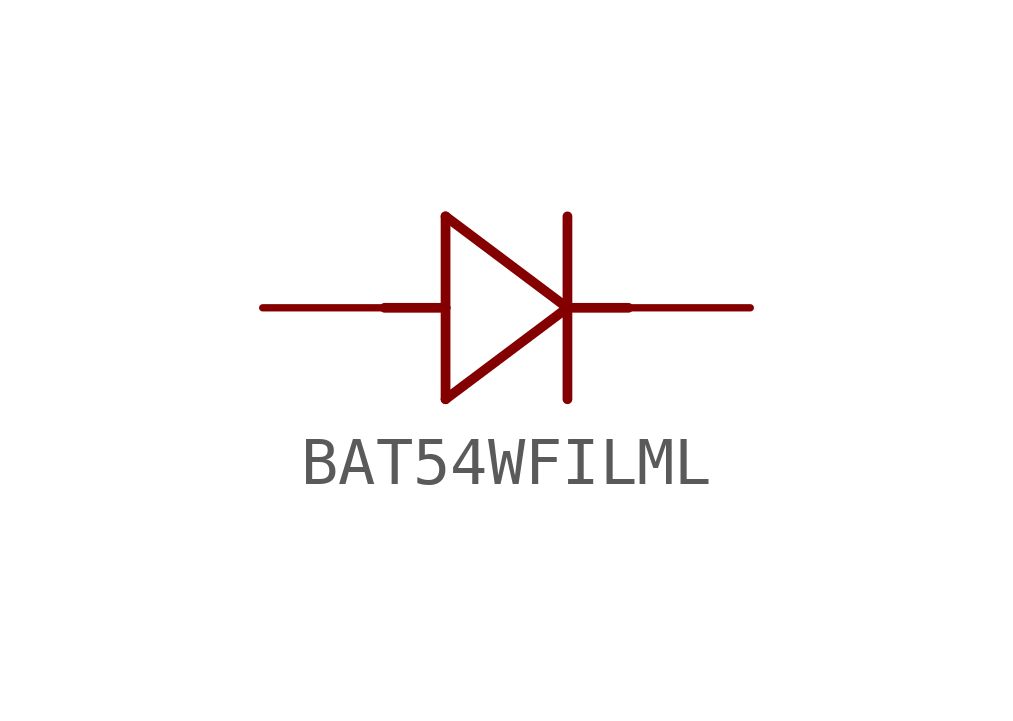
<source format=kicad_sym>
(kicad_symbol_lib
  (version 20220914)
  (generator kicad_symbol_editor)
  (symbol "BAT54WFILML"
    (property "Reference" ""
      (at -2.819 2.692 0)
      (effects (font (size 3.48 2.958)) (justify left bottom) hide))
    (property "ki_locked" ""
      (at 0 0 0)
      (effects (font (size 1.27 1.27))))
    (symbol "BAT54WFILML_1_0"
      (polyline (pts (xy 2.54 0) (xy 3.81 0)) (stroke (width 0.203) (type solid)) (fill (type none)))
      (polyline (pts (xy 3.81 -1.905) (xy 6.35 0)) (stroke (width 0.203) (type solid)) (fill (type none)))
      (polyline (pts (xy 3.81 0) (xy 3.81 -1.905)) (stroke (width 0.203) (type solid)) (fill (type none)))
      (polyline (pts (xy 3.81 1.905) (xy 3.81 0)) (stroke (width 0.203) (type solid)) (fill (type none)))
      (polyline (pts (xy 6.35 -1.905) (xy 6.35 0)) (stroke (width 0.203) (type solid)) (fill (type none)))
      (polyline (pts (xy 6.35 0) (xy 3.81 1.905)) (stroke (width 0.203) (type solid)) (fill (type none)))
      (polyline (pts (xy 6.35 0) (xy 6.35 1.905)) (stroke (width 0.203) (type solid)) (fill (type none)))
      (polyline (pts (xy 6.35 0) (xy 7.62 0)) (stroke (width 0.203) (type solid)) (fill (type none)))
      (pin passive line (at 0 0 0) (length 2.54) (name "1" (effects (font (size 0 0)))) (number "1" (effects (font (size 0 0)))))
      (pin passive line (at 10.16 0 180) (length 2.54) (name "2" (effects (font (size 0 0)))) (number "3" (effects (font (size 0 0))))))))
</source>
